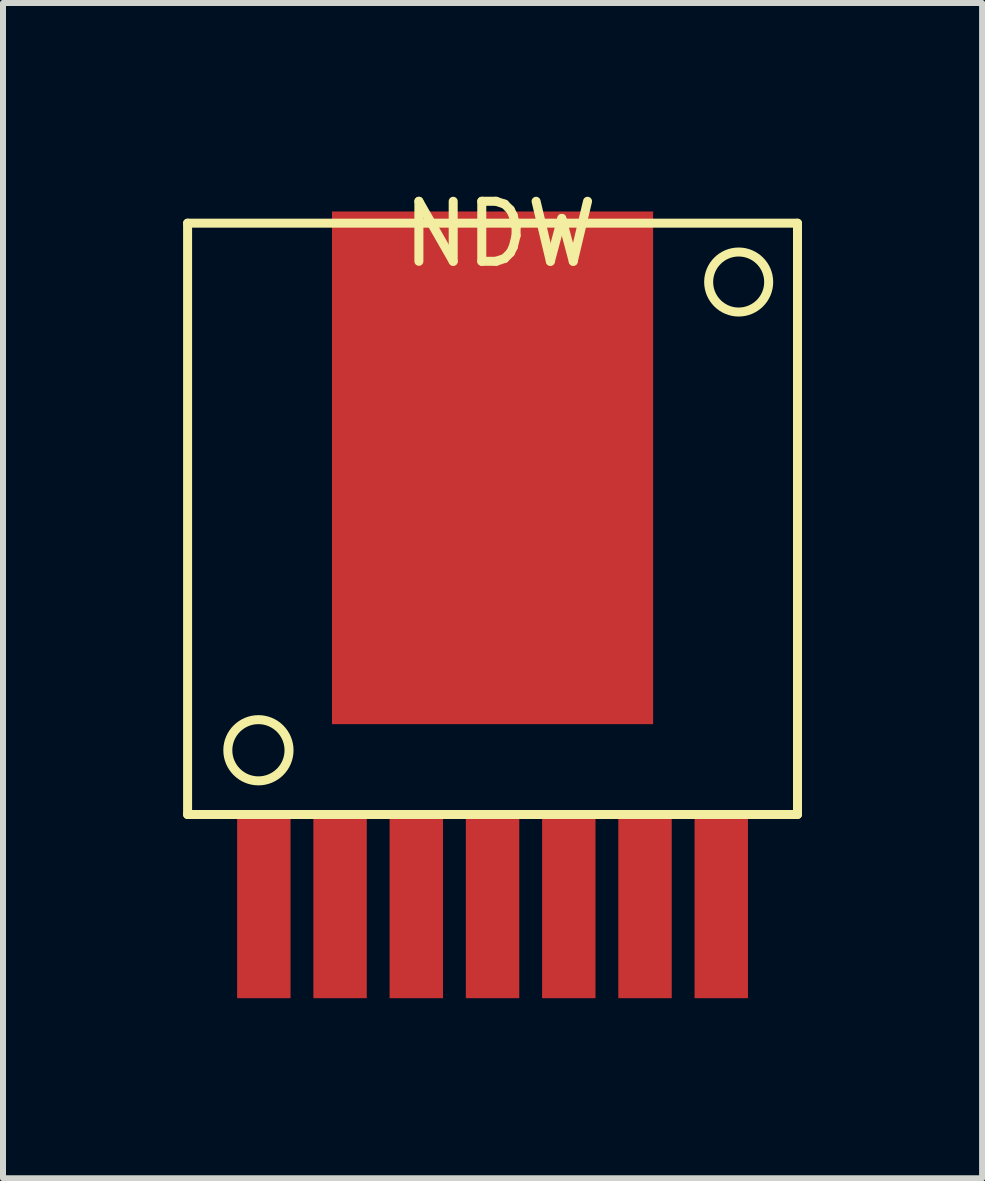
<source format=kicad_pcb>
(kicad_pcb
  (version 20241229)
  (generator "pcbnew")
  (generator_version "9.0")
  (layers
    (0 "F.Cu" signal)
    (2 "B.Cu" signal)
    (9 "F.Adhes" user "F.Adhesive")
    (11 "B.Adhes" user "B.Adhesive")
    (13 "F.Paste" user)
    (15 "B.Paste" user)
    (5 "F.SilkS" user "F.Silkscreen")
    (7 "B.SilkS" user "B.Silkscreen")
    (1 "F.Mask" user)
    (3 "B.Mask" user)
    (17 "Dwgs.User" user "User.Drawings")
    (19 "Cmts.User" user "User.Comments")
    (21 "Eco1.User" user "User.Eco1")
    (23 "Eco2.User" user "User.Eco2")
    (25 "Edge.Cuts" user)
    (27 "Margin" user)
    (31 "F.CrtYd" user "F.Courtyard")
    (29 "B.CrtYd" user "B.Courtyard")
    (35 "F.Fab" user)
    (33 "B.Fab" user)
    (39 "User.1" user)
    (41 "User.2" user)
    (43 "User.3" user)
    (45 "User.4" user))
  (footprint "NDW"
    (layer "F.Cu")
    (at 5.155 12.048)
    (property "Reference" "NDW" (at 0.13 -11.2 0) (layer "F.SilkS") (effects (font (size 1 1) (thickness 0.15))))
    (attr through_hole)
    (fp_line (start -5.08 -11.38) (end 5.08 -11.38) (stroke (width 0.15) (type solid)) (layer "F.SilkS"))
    (fp_line (start -5.08 -1.53) (end -5.08 -11.38) (stroke (width 0.15) (type solid)) (layer "F.SilkS"))
    (fp_line (start 5.08 -11.38) (end 5.08 -1.53) (stroke (width 0.15) (type solid)) (layer "F.SilkS"))
    (fp_line (start 5.08 -1.53) (end -5.08 -1.53) (stroke (width 0.15) (type solid)) (layer "F.SilkS"))
    (fp_circle (center -3.9 -2.6) (end -3.8 -3.1) (stroke (width 0.15) (type solid)) (fill no) (layer "F.SilkS"))
    (fp_circle (center 4.1 -10.4) (end 4.5 -10.7) (stroke (width 0.15) (type solid)) (fill no) (layer "F.SilkS"))
    (pad "1" smd rect (at -3.81 0) (size 0.89 3.06) (layers "F.Cu" "F.Mask" "F.Paste"))
    (pad "2" smd rect (at -2.54 0) (size 0.89 3.06) (layers "F.Cu" "F.Mask" "F.Paste"))
    (pad "3" smd rect (at -1.27 0) (size 0.89 3.06) (layers "F.Cu" "F.Mask" "F.Paste"))
    (pad "4" smd rect (at 0 0) (size 0.89 3.06) (layers "F.Cu" "F.Mask" "F.Paste"))
    (pad "5" smd rect (at 1.27 0) (size 0.89 3.06) (layers "F.Cu" "F.Mask" "F.Paste"))
    (pad "6" smd rect (at 2.54 0) (size 0.89 3.06) (layers "F.Cu" "F.Mask" "F.Paste"))
    (pad "7" smd rect (at 3.81 0) (size 0.89 3.06) (layers "F.Cu" "F.Mask" "F.Paste"))
    (pad "8" smd rect (at 0 -7.305) (size 5.35 8.54) (layers "F.Cu" "F.Mask" "F.Paste")))
  (gr_rect
    (start -3 -3)
    (end 13.31 16.578)
    (stroke (width 0.1) (type default))
    (fill no)
    (layer "Edge.Cuts")))
</source>
